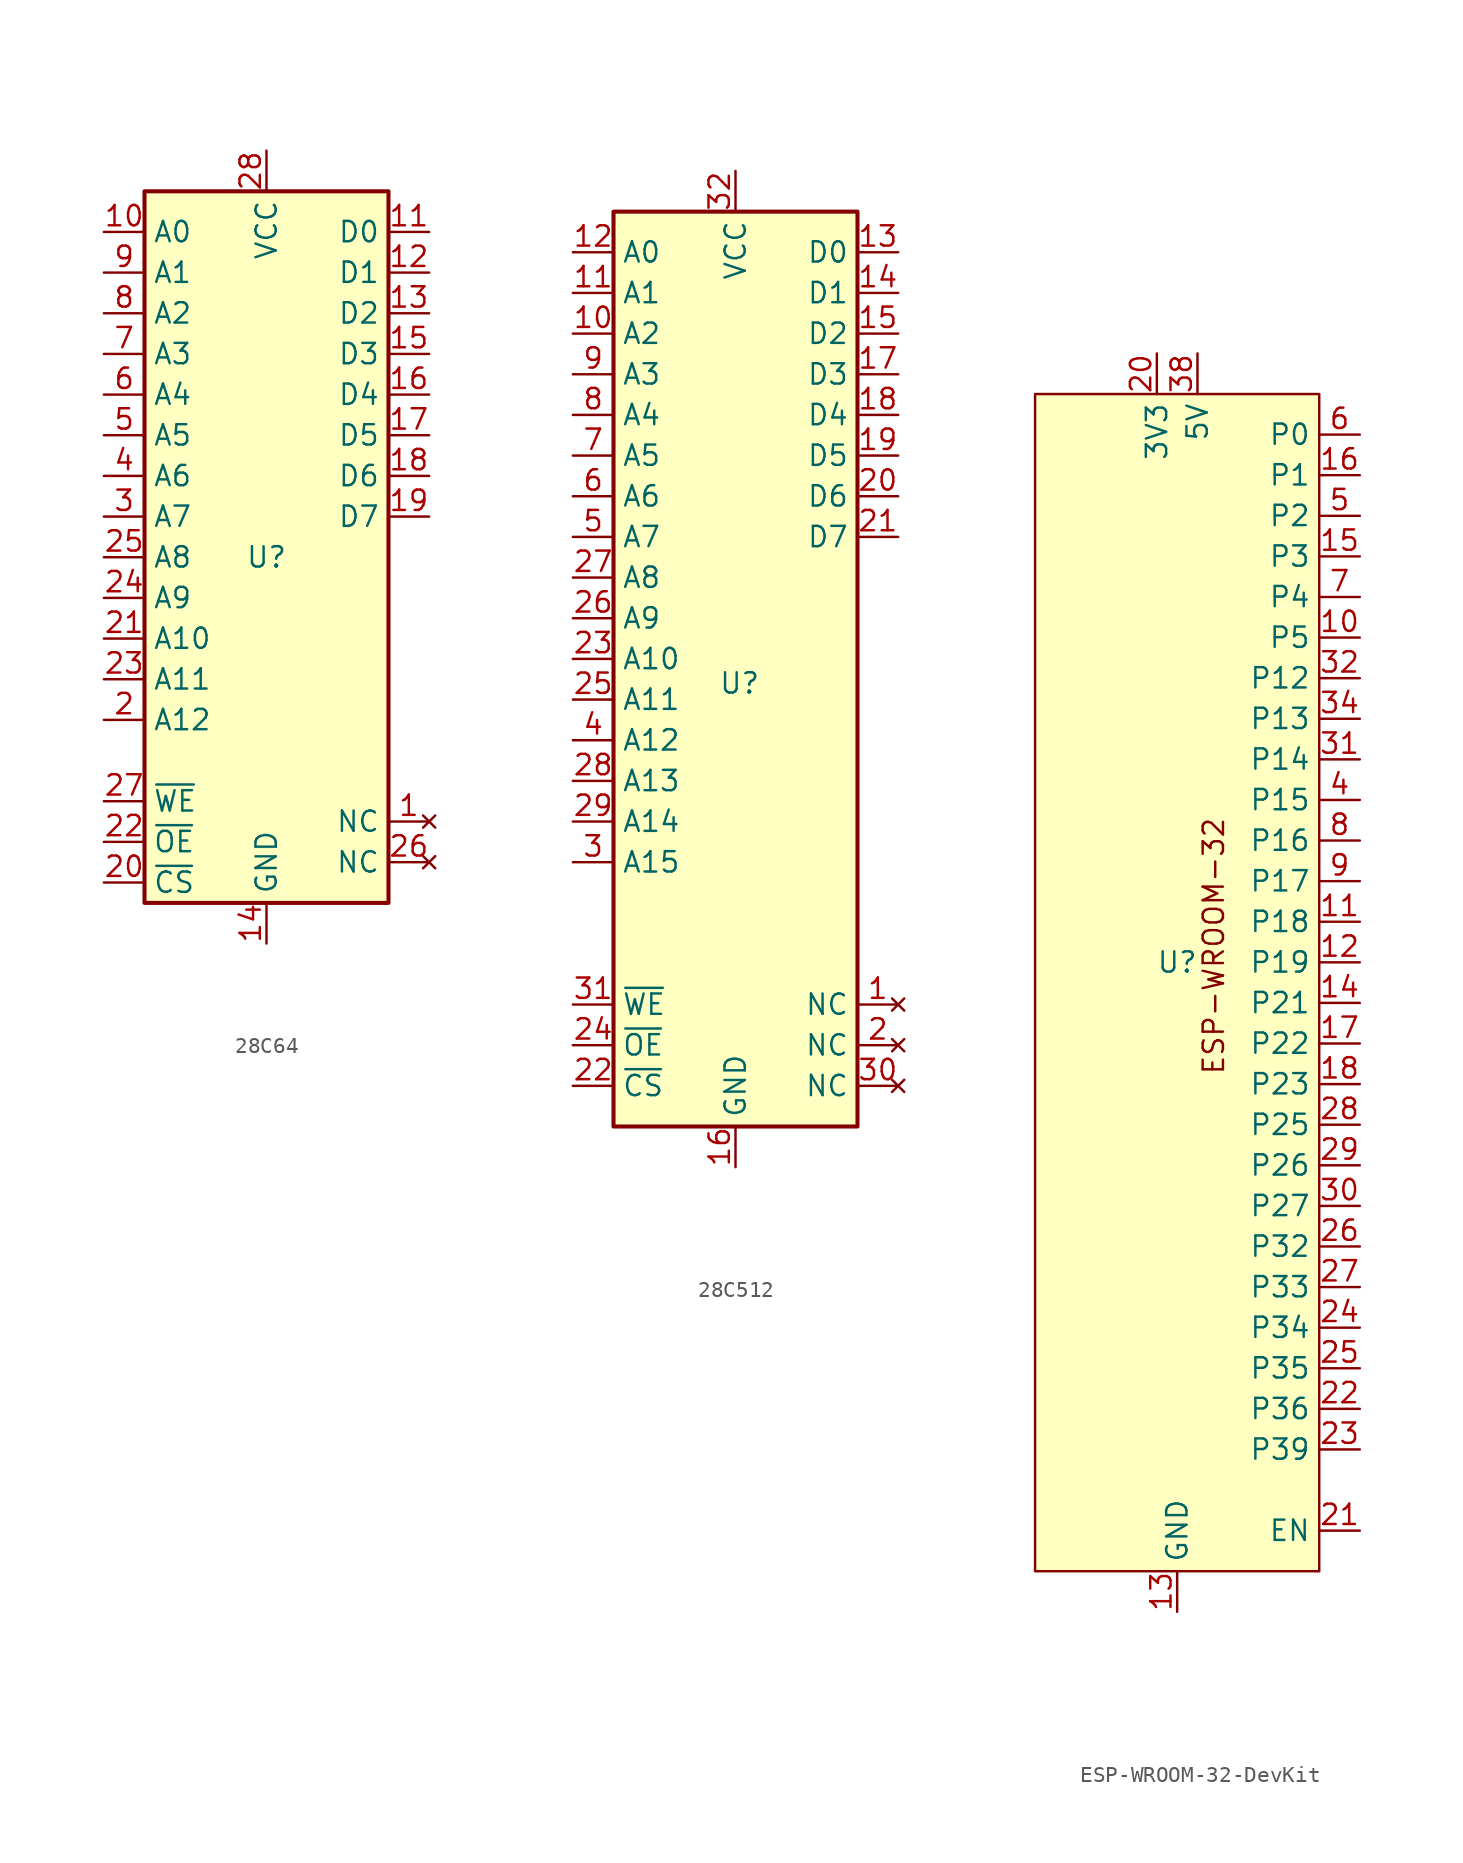
<source format=kicad_sym>
(kicad_symbol_lib
  (version 20241209)
  (generator "kicad_symbol_editor")
  (generator_version "9.0")
  (symbol "28C64"
    (property "Reference" "U"
      (at 0 0 0)
      (effects (font (size 1.27 1.27))))
    (property "Value" ""
      (at 0 0 0)
      (effects (font (size 1.27 1.27))))
    (symbol "28C64_1_1"
      (rectangle (start -7.62 22.86) (end 7.62 -21.59) (stroke (width 0.254) (type default)) (fill (type background)))
      (pin input line (at -10.16 20.32 0) (length 2.54) (name "A0" (effects (font (size 1.27 1.27)))) (number "10" (effects (font (size 1.27 1.27)))))
      (pin input line (at -10.16 17.78 0) (length 2.54) (name "A1" (effects (font (size 1.27 1.27)))) (number "9" (effects (font (size 1.27 1.27)))))
      (pin input line (at -10.16 15.24 0) (length 2.54) (name "A2" (effects (font (size 1.27 1.27)))) (number "8" (effects (font (size 1.27 1.27)))))
      (pin input line (at -10.16 12.7 0) (length 2.54) (name "A3" (effects (font (size 1.27 1.27)))) (number "7" (effects (font (size 1.27 1.27)))))
      (pin input line (at -10.16 10.16 0) (length 2.54) (name "A4" (effects (font (size 1.27 1.27)))) (number "6" (effects (font (size 1.27 1.27)))))
      (pin input line (at -10.16 7.62 0) (length 2.54) (name "A5" (effects (font (size 1.27 1.27)))) (number "5" (effects (font (size 1.27 1.27)))))
      (pin input line (at -10.16 5.08 0) (length 2.54) (name "A6" (effects (font (size 1.27 1.27)))) (number "4" (effects (font (size 1.27 1.27)))))
      (pin input line (at -10.16 2.54 0) (length 2.54) (name "A7" (effects (font (size 1.27 1.27)))) (number "3" (effects (font (size 1.27 1.27)))))
      (pin input line (at -10.16 0 0) (length 2.54) (name "A8" (effects (font (size 1.27 1.27)))) (number "25" (effects (font (size 1.27 1.27)))))
      (pin input line (at -10.16 -2.54 0) (length 2.54) (name "A9" (effects (font (size 1.27 1.27)))) (number "24" (effects (font (size 1.27 1.27)))))
      (pin input line (at -10.16 -5.08 0) (length 2.54) (name "A10" (effects (font (size 1.27 1.27)))) (number "21" (effects (font (size 1.27 1.27)))))
      (pin input line (at -10.16 -7.62 0) (length 2.54) (name "A11" (effects (font (size 1.27 1.27)))) (number "23" (effects (font (size 1.27 1.27)))))
      (pin input line (at -10.16 -10.16 0) (length 2.54) (name "A12" (effects (font (size 1.27 1.27)))) (number "2" (effects (font (size 1.27 1.27)))))
      (pin input line (at -10.16 -15.24 0) (length 2.54) (name "~{WE}" (effects (font (size 1.27 1.27)))) (number "27" (effects (font (size 1.27 1.27)))))
      (pin input line (at -10.16 -17.78 0) (length 2.54) (name "~{OE}" (effects (font (size 1.27 1.27)))) (number "22" (effects (font (size 1.27 1.27)))))
      (pin input line (at -10.16 -20.32 0) (length 2.54) (name "~{CS}" (effects (font (size 1.27 1.27)))) (number "20" (effects (font (size 1.27 1.27)))))
      (pin power_in line (at 0 25.4 270) (length 2.54) (name "VCC" (effects (font (size 1.27 1.27)))) (number "28" (effects (font (size 1.27 1.27)))))
      (pin power_in line (at 0 -24.13 90) (length 2.54) (name "GND" (effects (font (size 1.27 1.27)))) (number "14" (effects (font (size 1.27 1.27)))))
      (pin tri_state line (at 10.16 20.32 180) (length 2.54) (name "D0" (effects (font (size 1.27 1.27)))) (number "11" (effects (font (size 1.27 1.27)))))
      (pin tri_state line (at 10.16 17.78 180) (length 2.54) (name "D1" (effects (font (size 1.27 1.27)))) (number "12" (effects (font (size 1.27 1.27)))))
      (pin tri_state line (at 10.16 15.24 180) (length 2.54) (name "D2" (effects (font (size 1.27 1.27)))) (number "13" (effects (font (size 1.27 1.27)))))
      (pin tri_state line (at 10.16 12.7 180) (length 2.54) (name "D3" (effects (font (size 1.27 1.27)))) (number "15" (effects (font (size 1.27 1.27)))))
      (pin tri_state line (at 10.16 10.16 180) (length 2.54) (name "D4" (effects (font (size 1.27 1.27)))) (number "16" (effects (font (size 1.27 1.27)))))
      (pin tri_state line (at 10.16 7.62 180) (length 2.54) (name "D5" (effects (font (size 1.27 1.27)))) (number "17" (effects (font (size 1.27 1.27)))))
      (pin tri_state line (at 10.16 5.08 180) (length 2.54) (name "D6" (effects (font (size 1.27 1.27)))) (number "18" (effects (font (size 1.27 1.27)))))
      (pin tri_state line (at 10.16 2.54 180) (length 2.54) (name "D7" (effects (font (size 1.27 1.27)))) (number "19" (effects (font (size 1.27 1.27)))))
      (pin no_connect line (at 10.16 -16.51 180) (length 2.54) (name "NC" (effects (font (size 1.27 1.27)))) (number "1" (effects (font (size 1.27 1.27)))))
      (pin no_connect line (at 10.16 -19.05 180) (length 2.54) (name "NC" (effects (font (size 1.27 1.27)))) (number "26" (effects (font (size 1.27 1.27)))))))
  (symbol "28C512"
    (property "Reference" "U"
      (at 0.254 -0.254 0)
      (effects (font (size 1.27 1.27))))
    (property "Value" ""
      (at 0 0 0)
      (effects (font (size 1.27 1.27))))
    (symbol "28C512_1_1"
      (rectangle (start -7.62 29.21) (end 7.62 -27.94) (stroke (width 0.254) (type default)) (fill (type background)))
      (pin input line (at -10.16 26.67 0) (length 2.54) (name "A0" (effects (font (size 1.27 1.27)))) (number "12" (effects (font (size 1.27 1.27)))))
      (pin input line (at -10.16 24.13 0) (length 2.54) (name "A1" (effects (font (size 1.27 1.27)))) (number "11" (effects (font (size 1.27 1.27)))))
      (pin input line (at -10.16 21.59 0) (length 2.54) (name "A2" (effects (font (size 1.27 1.27)))) (number "10" (effects (font (size 1.27 1.27)))))
      (pin input line (at -10.16 19.05 0) (length 2.54) (name "A3" (effects (font (size 1.27 1.27)))) (number "9" (effects (font (size 1.27 1.27)))))
      (pin input line (at -10.16 16.51 0) (length 2.54) (name "A4" (effects (font (size 1.27 1.27)))) (number "8" (effects (font (size 1.27 1.27)))))
      (pin input line (at -10.16 13.97 0) (length 2.54) (name "A5" (effects (font (size 1.27 1.27)))) (number "7" (effects (font (size 1.27 1.27)))))
      (pin input line (at -10.16 11.43 0) (length 2.54) (name "A6" (effects (font (size 1.27 1.27)))) (number "6" (effects (font (size 1.27 1.27)))))
      (pin input line (at -10.16 8.89 0) (length 2.54) (name "A7" (effects (font (size 1.27 1.27)))) (number "5" (effects (font (size 1.27 1.27)))))
      (pin input line (at -10.16 6.35 0) (length 2.54) (name "A8" (effects (font (size 1.27 1.27)))) (number "27" (effects (font (size 1.27 1.27)))))
      (pin input line (at -10.16 3.81 0) (length 2.54) (name "A9" (effects (font (size 1.27 1.27)))) (number "26" (effects (font (size 1.27 1.27)))))
      (pin input line (at -10.16 1.27 0) (length 2.54) (name "A10" (effects (font (size 1.27 1.27)))) (number "23" (effects (font (size 1.27 1.27)))))
      (pin input line (at -10.16 -1.27 0) (length 2.54) (name "A11" (effects (font (size 1.27 1.27)))) (number "25" (effects (font (size 1.27 1.27)))))
      (pin input line (at -10.16 -3.81 0) (length 2.54) (name "A12" (effects (font (size 1.27 1.27)))) (number "4" (effects (font (size 1.27 1.27)))))
      (pin input line (at -10.16 -6.35 0) (length 2.54) (name "A13" (effects (font (size 1.27 1.27)))) (number "28" (effects (font (size 1.27 1.27)))))
      (pin input line (at -10.16 -8.89 0) (length 2.54) (name "A14" (effects (font (size 1.27 1.27)))) (number "29" (effects (font (size 1.27 1.27)))))
      (pin input line (at -10.16 -11.43 0) (length 2.54) (name "A15" (effects (font (size 1.27 1.27)))) (number "3" (effects (font (size 1.27 1.27)))))
      (pin input line (at -10.16 -20.32 0) (length 2.54) (name "~{WE}" (effects (font (size 1.27 1.27)))) (number "31" (effects (font (size 1.27 1.27)))))
      (pin input line (at -10.16 -22.86 0) (length 2.54) (name "~{OE}" (effects (font (size 1.27 1.27)))) (number "24" (effects (font (size 1.27 1.27)))))
      (pin input line (at -10.16 -25.4 0) (length 2.54) (name "~{CS}" (effects (font (size 1.27 1.27)))) (number "22" (effects (font (size 1.27 1.27)))))
      (pin power_in line (at 0 31.75 270) (length 2.54) (name "VCC" (effects (font (size 1.27 1.27)))) (number "32" (effects (font (size 1.27 1.27)))))
      (pin power_in line (at 0 -30.48 90) (length 2.54) (name "GND" (effects (font (size 1.27 1.27)))) (number "16" (effects (font (size 1.27 1.27)))))
      (pin tri_state line (at 10.16 26.67 180) (length 2.54) (name "D0" (effects (font (size 1.27 1.27)))) (number "13" (effects (font (size 1.27 1.27)))))
      (pin tri_state line (at 10.16 24.13 180) (length 2.54) (name "D1" (effects (font (size 1.27 1.27)))) (number "14" (effects (font (size 1.27 1.27)))))
      (pin tri_state line (at 10.16 21.59 180) (length 2.54) (name "D2" (effects (font (size 1.27 1.27)))) (number "15" (effects (font (size 1.27 1.27)))))
      (pin tri_state line (at 10.16 19.05 180) (length 2.54) (name "D3" (effects (font (size 1.27 1.27)))) (number "17" (effects (font (size 1.27 1.27)))))
      (pin tri_state line (at 10.16 16.51 180) (length 2.54) (name "D4" (effects (font (size 1.27 1.27)))) (number "18" (effects (font (size 1.27 1.27)))))
      (pin tri_state line (at 10.16 13.97 180) (length 2.54) (name "D5" (effects (font (size 1.27 1.27)))) (number "19" (effects (font (size 1.27 1.27)))))
      (pin tri_state line (at 10.16 11.43 180) (length 2.54) (name "D6" (effects (font (size 1.27 1.27)))) (number "20" (effects (font (size 1.27 1.27)))))
      (pin tri_state line (at 10.16 8.89 180) (length 2.54) (name "D7" (effects (font (size 1.27 1.27)))) (number "21" (effects (font (size 1.27 1.27)))))
      (pin no_connect line (at 10.16 -20.32 180) (length 2.54) (name "NC" (effects (font (size 1.27 1.27)))) (number "1" (effects (font (size 1.27 1.27)))))
      (pin no_connect line (at 10.16 -22.86 180) (length 2.54) (name "NC" (effects (font (size 1.27 1.27)))) (number "2" (effects (font (size 1.27 1.27)))))
      (pin no_connect line (at 10.16 -25.4 180) (length 2.54) (name "NC" (effects (font (size 1.27 1.27)))) (number "30" (effects (font (size 1.27 1.27)))))))
  (symbol "ESP-WROOM-32-DevKit"
    (property "Reference" "U"
      (at 0 1.27 0)
      (effects (font (size 1.27 1.27))))
    (property "Value" ""
      (at 0 0 0)
      (effects (font (size 1.27 1.27))))
    (symbol "ESP-WROOM-32-DevKit_1_1"
      (rectangle (start -8.89 36.83) (end 8.89 -36.83) (stroke (width 0) (type solid)) (fill (type background)))
      (text "ESP-WROOM-32" (at 2.286 2.286 900) (effects (font (size 1.27 1.27))))
      (pin power_in line (at -1.27 39.37 270) (length 2.54) (name "3V3" (effects (font (size 1.27 1.27)))) (number "20" (effects (font (size 1.27 1.27)))))
      (pin power_in line (at 0 -39.37 90) (length 2.54) (name "GND" (effects (font (size 1.27 1.27)))) (number "13" (effects (font (size 1.27 1.27)))))
      (pin power_in line (at 0 -39.37 90) (length 2.54) (hide yes) (name "GND" (effects (font (size 1.27 1.27)))) (number "19" (effects (font (size 1.27 1.27)))))
      (pin bidirectional line (at 0 -39.37 90) (length 2.54) (hide yes) (name "GND" (effects (font (size 1.27 1.27)))) (number "33" (effects (font (size 1.27 1.27)))))
      (pin bidirectional line (at 0 -39.37 90) (length 2.54) (hide yes) (name "CMD" (effects (font (size 1.27 1.27)))) (number "37" (effects (font (size 1.27 1.27)))))
      (pin power_in line (at 1.27 39.37 270) (length 2.54) (name "5V" (effects (font (size 1.27 1.27)))) (number "38" (effects (font (size 1.27 1.27)))))
      (pin bidirectional line (at 11.43 48.26 180) (length 2.54) (hide yes) (name "CLK" (effects (font (size 1.27 1.27)))) (number "1" (effects (font (size 1.27 1.27)))))
      (pin bidirectional line (at 11.43 45.72 180) (length 2.54) (hide yes) (name "SD0" (effects (font (size 1.27 1.27)))) (number "2" (effects (font (size 1.27 1.27)))))
      (pin bidirectional line (at 11.43 43.18 180) (length 2.54) (hide yes) (name "SD1" (effects (font (size 1.27 1.27)))) (number "3" (effects (font (size 1.27 1.27)))))
      (pin bidirectional line (at 11.43 40.64 180) (length 2.54) (hide yes) (name "SD3" (effects (font (size 1.27 1.27)))) (number "36" (effects (font (size 1.27 1.27)))))
      (pin bidirectional line (at 11.43 38.1 180) (length 2.54) (hide yes) (name "SD2" (effects (font (size 1.27 1.27)))) (number "35" (effects (font (size 1.27 1.27)))))
      (pin bidirectional line (at 11.43 34.29 180) (length 2.54) (name "P0" (effects (font (size 1.27 1.27)))) (number "6" (effects (font (size 1.27 1.27)))))
      (pin bidirectional line (at 11.43 31.75 180) (length 2.54) (name "P1" (effects (font (size 1.27 1.27)))) (number "16" (effects (font (size 1.27 1.27)))))
      (pin bidirectional line (at 11.43 29.21 180) (length 2.54) (name "P2" (effects (font (size 1.27 1.27)))) (number "5" (effects (font (size 1.27 1.27)))))
      (pin bidirectional line (at 11.43 26.67 180) (length 2.54) (name "P3" (effects (font (size 1.27 1.27)))) (number "15" (effects (font (size 1.27 1.27)))))
      (pin bidirectional line (at 11.43 24.13 180) (length 2.54) (name "P4" (effects (font (size 1.27 1.27)))) (number "7" (effects (font (size 1.27 1.27)))))
      (pin bidirectional line (at 11.43 21.59 180) (length 2.54) (name "P5" (effects (font (size 1.27 1.27)))) (number "10" (effects (font (size 1.27 1.27)))))
      (pin bidirectional line (at 11.43 19.05 180) (length 2.54) (name "P12" (effects (font (size 1.27 1.27)))) (number "32" (effects (font (size 1.27 1.27)))))
      (pin bidirectional line (at 11.43 16.51 180) (length 2.54) (name "P13" (effects (font (size 1.27 1.27)))) (number "34" (effects (font (size 1.27 1.27)))))
      (pin bidirectional line (at 11.43 13.97 180) (length 2.54) (name "P14" (effects (font (size 1.27 1.27)))) (number "31" (effects (font (size 1.27 1.27)))))
      (pin bidirectional line (at 11.43 11.43 180) (length 2.54) (name "P15" (effects (font (size 1.27 1.27)))) (number "4" (effects (font (size 1.27 1.27)))))
      (pin bidirectional line (at 11.43 8.89 180) (length 2.54) (name "P16" (effects (font (size 1.27 1.27)))) (number "8" (effects (font (size 1.27 1.27)))))
      (pin bidirectional line (at 11.43 6.35 180) (length 2.54) (name "P17" (effects (font (size 1.27 1.27)))) (number "9" (effects (font (size 1.27 1.27)))))
      (pin bidirectional line (at 11.43 3.81 180) (length 2.54) (name "P18" (effects (font (size 1.27 1.27)))) (number "11" (effects (font (size 1.27 1.27)))))
      (pin bidirectional line (at 11.43 1.27 180) (length 2.54) (name "P19" (effects (font (size 1.27 1.27)))) (number "12" (effects (font (size 1.27 1.27)))))
      (pin bidirectional line (at 11.43 -1.27 180) (length 2.54) (name "P21" (effects (font (size 1.27 1.27)))) (number "14" (effects (font (size 1.27 1.27)))))
      (pin bidirectional line (at 11.43 -3.81 180) (length 2.54) (name "P22" (effects (font (size 1.27 1.27)))) (number "17" (effects (font (size 1.27 1.27)))))
      (pin bidirectional line (at 11.43 -6.35 180) (length 2.54) (name "P23" (effects (font (size 1.27 1.27)))) (number "18" (effects (font (size 1.27 1.27)))))
      (pin bidirectional line (at 11.43 -8.89 180) (length 2.54) (name "P25" (effects (font (size 1.27 1.27)))) (number "28" (effects (font (size 1.27 1.27)))))
      (pin bidirectional line (at 11.43 -11.43 180) (length 2.54) (name "P26" (effects (font (size 1.27 1.27)))) (number "29" (effects (font (size 1.27 1.27)))))
      (pin bidirectional line (at 11.43 -13.97 180) (length 2.54) (name "P27" (effects (font (size 1.27 1.27)))) (number "30" (effects (font (size 1.27 1.27)))))
      (pin bidirectional line (at 11.43 -16.51 180) (length 2.54) (name "P32" (effects (font (size 1.27 1.27)))) (number "26" (effects (font (size 1.27 1.27)))))
      (pin bidirectional line (at 11.43 -19.05 180) (length 2.54) (name "P33" (effects (font (size 1.27 1.27)))) (number "27" (effects (font (size 1.27 1.27)))))
      (pin bidirectional line (at 11.43 -21.59 180) (length 2.54) (name "P34" (effects (font (size 1.27 1.27)))) (number "24" (effects (font (size 1.27 1.27)))))
      (pin bidirectional line (at 11.43 -24.13 180) (length 2.54) (name "P35" (effects (font (size 1.27 1.27)))) (number "25" (effects (font (size 1.27 1.27)))))
      (pin bidirectional line (at 11.43 -26.67 180) (length 2.54) (name "P36" (effects (font (size 1.27 1.27)))) (number "22" (effects (font (size 1.27 1.27)))))
      (pin bidirectional line (at 11.43 -29.21 180) (length 2.54) (name "P39" (effects (font (size 1.27 1.27)))) (number "23" (effects (font (size 1.27 1.27)))))
      (pin input line (at 11.43 -34.29 180) (length 2.54) (name "EN" (effects (font (size 1.27 1.27)))) (number "21" (effects (font (size 1.27 1.27))))))))
</source>
